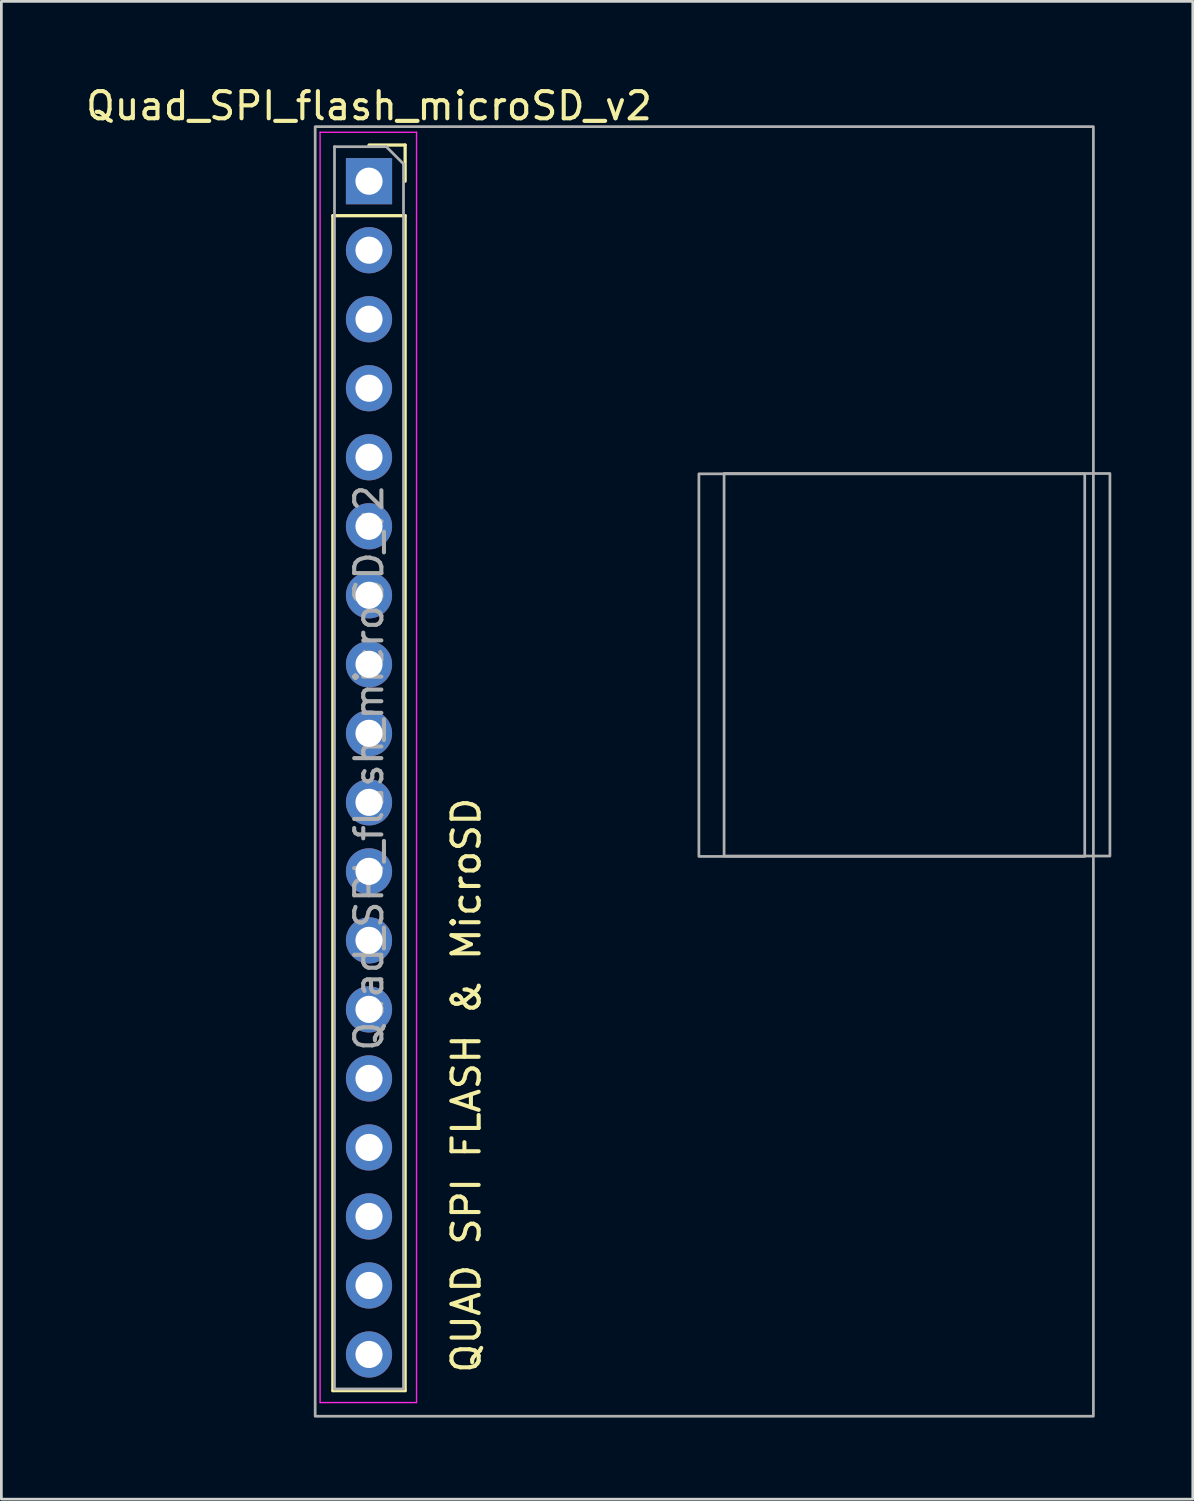
<source format=kicad_pcb>
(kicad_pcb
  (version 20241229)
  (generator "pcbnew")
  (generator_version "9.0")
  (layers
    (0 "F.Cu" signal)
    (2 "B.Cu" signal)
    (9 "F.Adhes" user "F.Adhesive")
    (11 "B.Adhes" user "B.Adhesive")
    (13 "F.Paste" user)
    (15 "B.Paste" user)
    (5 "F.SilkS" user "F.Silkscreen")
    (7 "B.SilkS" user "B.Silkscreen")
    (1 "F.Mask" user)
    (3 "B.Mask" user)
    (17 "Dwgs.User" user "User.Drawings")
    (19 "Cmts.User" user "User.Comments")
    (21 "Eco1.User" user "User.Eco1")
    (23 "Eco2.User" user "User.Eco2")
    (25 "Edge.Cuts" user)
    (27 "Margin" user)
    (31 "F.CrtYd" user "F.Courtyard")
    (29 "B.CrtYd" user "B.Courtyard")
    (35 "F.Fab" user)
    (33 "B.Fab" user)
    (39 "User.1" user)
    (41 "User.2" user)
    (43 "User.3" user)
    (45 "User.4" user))
  (footprint "Quad_SPI_flash_microSD_v2"
    (layer "F.Cu")
    (at 10.53 3.618)
    (property "Reference" "Quad_SPI_flash_microSD_v2" (at 0 -2.77 0) (layer "F.SilkS") (effects (font (size 1 1) (thickness 0.15))))
    (attr through_hole)
    (fp_line (start -1.33 1.27) (end -1.33 44.51) (stroke (width 0.12) (type solid)) (layer "F.SilkS"))
    (fp_line (start -1.33 1.27) (end 1.33 1.27) (stroke (width 0.12) (type solid)) (layer "F.SilkS"))
    (fp_line (start -1.33 44.51) (end 1.33 44.51) (stroke (width 0.12) (type solid)) (layer "F.SilkS"))
    (fp_line (start 0 -1.33) (end 1.33 -1.33) (stroke (width 0.12) (type solid)) (layer "F.SilkS"))
    (fp_line (start 1.33 -1.33) (end 1.33 0) (stroke (width 0.12) (type solid)) (layer "F.SilkS"))
    (fp_line (start 1.33 1.27) (end 1.33 44.51) (stroke (width 0.12) (type solid)) (layer "F.SilkS"))
    (fp_line (start -1.8 -1.8) (end 1.75 -1.8) (stroke (width 0.05) (type solid)) (layer "F.CrtYd"))
    (fp_line (start -1.8 44.95) (end -1.8 -1.8) (stroke (width 0.05) (type solid)) (layer "F.CrtYd"))
    (fp_line (start 1.75 -1.8) (end 1.75 44.95) (stroke (width 0.05) (type solid)) (layer "F.CrtYd"))
    (fp_line (start 1.75 44.95) (end -1.8 44.95) (stroke (width 0.05) (type solid)) (layer "F.CrtYd"))
    (fp_line (start -1.27 -1.27) (end 0.635 -1.27) (stroke (width 0.1) (type solid)) (layer "F.Fab"))
    (fp_line (start -1.27 44.45) (end -1.27 -1.27) (stroke (width 0.1) (type solid)) (layer "F.Fab"))
    (fp_line (start 0.635 -1.27) (end 1.27 -0.635) (stroke (width 0.1) (type solid)) (layer "F.Fab"))
    (fp_line (start 1.27 -0.635) (end 1.27 44.45) (stroke (width 0.1) (type solid)) (layer "F.Fab"))
    (fp_line (start 1.27 44.45) (end -1.27 44.45) (stroke (width 0.1) (type solid)) (layer "F.Fab"))
    (fp_rect (start -1.981 -2.007) (end 26.659 45.453) (stroke (width 0.1) (type default)) (fill no) (layer "F.Fab"))
    (fp_rect (start 12.141 10.77) (end 26.341 24.85) (stroke (width 0.1) (type default)) (fill no) (layer "F.Fab"))
    (fp_rect (start 13.068 10.757) (end 27.268 24.837) (stroke (width 0.1) (type default)) (fill no) (layer "F.Fab"))
    (fp_text user "QUAD SPI FLASH & MicroSD" (at 4.166 43.942 90) (unlocked yes) (layer "F.SilkS") (effects (font (size 1 1) (thickness 0.15)) (justify left bottom)))
    (fp_text user "${REFERENCE}" (at 0 21.59 90) (layer "F.Fab") (effects (font (size 1 1) (thickness 0.15))))
    (pad "1" thru_hole rect (at 0 0) (size 1.7 1.7) (drill 1) (layers "*.Cu" "*.Mask"))
    (pad "2" thru_hole oval (at 0 2.54) (size 1.7 1.7) (drill 1) (layers "*.Cu" "*.Mask"))
    (pad "3" thru_hole oval (at 0 5.08) (size 1.7 1.7) (drill 1) (layers "*.Cu" "*.Mask"))
    (pad "4" thru_hole oval (at 0 7.62) (size 1.7 1.7) (drill 1) (layers "*.Cu" "*.Mask"))
    (pad "5" thru_hole oval (at 0 10.16) (size 1.7 1.7) (drill 1) (layers "*.Cu" "*.Mask"))
    (pad "6" thru_hole oval (at 0 12.7) (size 1.7 1.7) (drill 1) (layers "*.Cu" "*.Mask"))
    (pad "7" thru_hole oval (at 0 15.24) (size 1.7 1.7) (drill 1) (layers "*.Cu" "*.Mask"))
    (pad "8" thru_hole oval (at 0 17.78) (size 1.7 1.7) (drill 1) (layers "*.Cu" "*.Mask"))
    (pad "9" thru_hole oval (at 0 20.32) (size 1.7 1.7) (drill 1) (layers "*.Cu" "*.Mask"))
    (pad "10" thru_hole oval (at 0 22.86) (size 1.7 1.7) (drill 1) (layers "*.Cu" "*.Mask"))
    (pad "11" thru_hole oval (at 0 25.4) (size 1.7 1.7) (drill 1) (layers "*.Cu" "*.Mask"))
    (pad "12" thru_hole oval (at 0 27.94) (size 1.7 1.7) (drill 1) (layers "*.Cu" "*.Mask"))
    (pad "13" thru_hole oval (at 0 30.48) (size 1.7 1.7) (drill 1) (layers "*.Cu" "*.Mask"))
    (pad "14" thru_hole oval (at 0 33.02) (size 1.7 1.7) (drill 1) (layers "*.Cu" "*.Mask"))
    (pad "15" thru_hole oval (at 0 35.56) (size 1.7 1.7) (drill 1) (layers "*.Cu" "*.Mask"))
    (pad "16" thru_hole oval (at 0 38.1) (size 1.7 1.7) (drill 1) (layers "*.Cu" "*.Mask"))
    (pad "17" thru_hole oval (at 0 40.64) (size 1.7 1.7) (drill 1) (layers "*.Cu" "*.Mask"))
    (pad "18" thru_hole oval (at 0 43.18) (size 1.7 1.7) (drill 1) (layers "*.Cu" "*.Mask")))
  (gr_rect
    (start -3 -3)
    (end 40.847 52.122)
    (stroke (width 0.1) (type default))
    (fill no)
    (layer "Edge.Cuts")))
</source>
